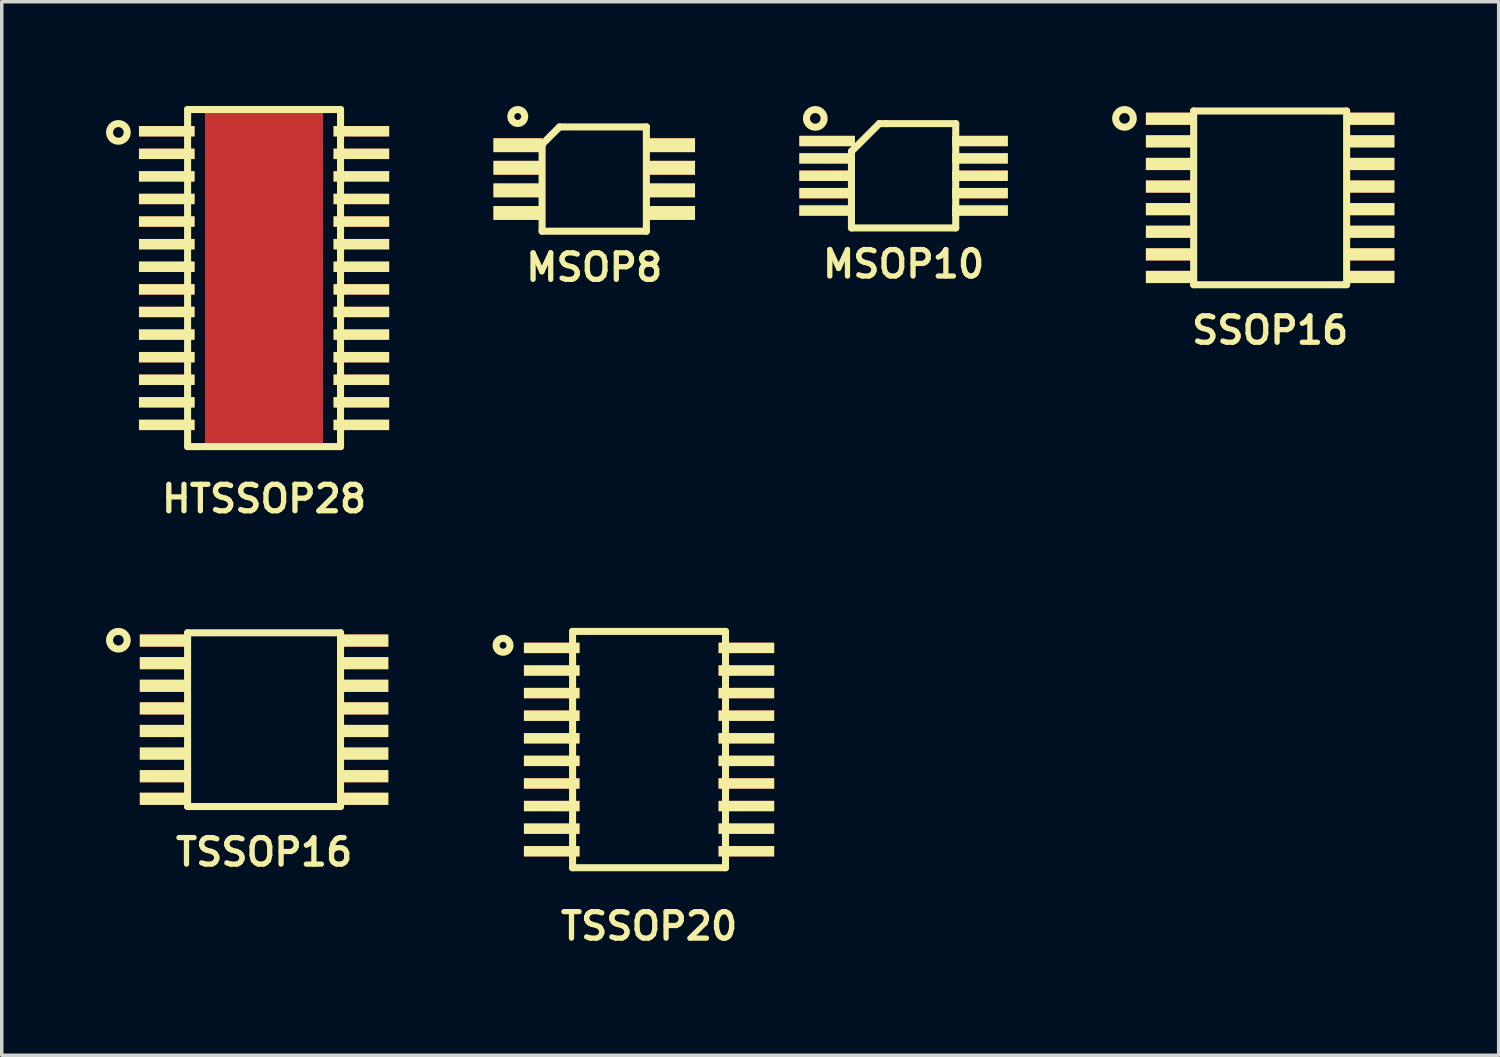
<source format=kicad_pcb>
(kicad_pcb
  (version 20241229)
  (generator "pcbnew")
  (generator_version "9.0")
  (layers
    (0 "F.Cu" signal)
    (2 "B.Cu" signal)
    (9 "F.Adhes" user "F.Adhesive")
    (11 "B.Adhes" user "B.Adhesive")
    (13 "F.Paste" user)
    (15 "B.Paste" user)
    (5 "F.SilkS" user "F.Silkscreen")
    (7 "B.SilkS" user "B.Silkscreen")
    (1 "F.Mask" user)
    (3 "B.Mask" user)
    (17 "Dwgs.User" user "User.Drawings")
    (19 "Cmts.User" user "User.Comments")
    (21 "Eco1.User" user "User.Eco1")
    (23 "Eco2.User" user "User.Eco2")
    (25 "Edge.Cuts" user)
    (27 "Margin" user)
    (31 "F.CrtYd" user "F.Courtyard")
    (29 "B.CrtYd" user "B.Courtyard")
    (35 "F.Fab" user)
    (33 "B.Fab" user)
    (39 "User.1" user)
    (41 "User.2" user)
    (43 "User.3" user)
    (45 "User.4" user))
  (footprint "SSOP16"
    (layer "F.Cu")
    (at 33.492 2.642)
    (property "Reference" "SSOP16" (at 0 3.81 0) (layer "F.SilkS") (effects (font (size 0.762 0.762) (thickness 0.152))))
    (attr smd)
    (fp_line (start -2.2 -2.499) (end -2.2 2.499) (stroke (width 0.203) (type solid)) (layer "F.SilkS"))
    (fp_line (start -2.2 2.499) (end 2.2 2.499) (stroke (width 0.203) (type solid)) (layer "F.SilkS"))
    (fp_line (start 2.2 -2.499) (end -2.2 -2.499) (stroke (width 0.203) (type solid)) (layer "F.SilkS"))
    (fp_line (start 2.2 2.499) (end 2.2 -2.499) (stroke (width 0.203) (type solid)) (layer "F.SilkS"))
    (fp_circle (center -4.191 -2.286) (end -3.937 -2.286) (stroke (width 0.203) (type solid)) (fill no) (layer "F.SilkS"))
    (pad "1" smd rect (at -2.875 -2.276) (size 1.4 0.351) (layers "F.Cu" "F.Mask" "F.SilkS" "F.Paste"))
    (pad "2" smd rect (at -2.875 -1.626) (size 1.4 0.351) (layers "F.Cu" "F.Mask" "F.SilkS" "F.Paste"))
    (pad "3" smd rect (at -2.875 -0.975) (size 1.4 0.351) (layers "F.Cu" "F.Mask" "F.SilkS" "F.Paste"))
    (pad "4" smd rect (at -2.875 -0.325) (size 1.4 0.351) (layers "F.Cu" "F.Mask" "F.SilkS" "F.Paste"))
    (pad "5" smd rect (at -2.875 0.325) (size 1.4 0.351) (layers "F.Cu" "F.Mask" "F.SilkS" "F.Paste"))
    (pad "6" smd rect (at -2.875 0.975) (size 1.4 0.351) (layers "F.Cu" "F.Mask" "F.SilkS" "F.Paste"))
    (pad "7" smd rect (at -2.875 1.626) (size 1.4 0.351) (layers "F.Cu" "F.Mask" "F.SilkS" "F.Paste"))
    (pad "8" smd rect (at -2.875 2.276) (size 1.4 0.351) (layers "F.Cu" "F.Mask" "F.SilkS" "F.Paste"))
    (pad "9" smd rect (at 2.875 2.276) (size 1.4 0.351) (layers "F.Cu" "F.Mask" "F.SilkS" "F.Paste"))
    (pad "10" smd rect (at 2.875 1.626) (size 1.4 0.351) (layers "F.Cu" "F.Mask" "F.SilkS" "F.Paste"))
    (pad "11" smd rect (at 2.875 0.975) (size 1.4 0.351) (layers "F.Cu" "F.Mask" "F.SilkS" "F.Paste"))
    (pad "12" smd rect (at 2.875 0.325) (size 1.4 0.351) (layers "F.Cu" "F.Mask" "F.SilkS" "F.Paste"))
    (pad "13" smd rect (at 2.875 -0.325) (size 1.4 0.351) (layers "F.Cu" "F.Mask" "F.SilkS" "F.Paste"))
    (pad "14" smd rect (at 2.875 -0.975) (size 1.4 0.351) (layers "F.Cu" "F.Mask" "F.SilkS" "F.Paste"))
    (pad "15" smd rect (at 2.875 -1.626) (size 1.4 0.351) (layers "F.Cu" "F.Mask" "F.SilkS" "F.Paste"))
    (pad "16" smd rect (at 2.875 -2.276) (size 1.4 0.351) (layers "F.Cu" "F.Mask" "F.SilkS" "F.Paste")))
  (footprint "TSSOP20"
    (layer "F.Cu")
    (at 15.623 18.515)
    (property "Reference" "TSSOP20" (at 0 5.08 0) (layer "F.SilkS") (effects (font (size 0.762 0.762) (thickness 0.152))))
    (attr smd)
    (fp_line (start -2.2 -3.4) (end -2.2 3.4) (stroke (width 0.203) (type solid)) (layer "F.SilkS"))
    (fp_line (start -2.2 3.4) (end 2.2 3.4) (stroke (width 0.203) (type solid)) (layer "F.SilkS"))
    (fp_line (start 2.2 -3.4) (end -2.2 -3.4) (stroke (width 0.203) (type solid)) (layer "F.SilkS"))
    (fp_line (start 2.2 3.4) (end 2.2 -3.4) (stroke (width 0.203) (type solid)) (layer "F.SilkS"))
    (fp_circle (center -4.2 -3) (end -4 -3) (stroke (width 0.203) (type solid)) (fill no) (layer "F.SilkS"))
    (pad "1" smd rect (at -2.8 -2.925) (size 1.6 0.3) (layers "F.Cu" "F.Mask" "F.SilkS" "F.Paste"))
    (pad "2" smd rect (at -2.8 -2.275) (size 1.6 0.3) (layers "F.Cu" "F.Mask" "F.SilkS" "F.Paste"))
    (pad "3" smd rect (at -2.8 -1.625) (size 1.6 0.3) (layers "F.Cu" "F.Mask" "F.SilkS" "F.Paste"))
    (pad "4" smd rect (at -2.8 -0.975) (size 1.6 0.3) (layers "F.Cu" "F.Mask" "F.SilkS" "F.Paste"))
    (pad "5" smd rect (at -2.8 -0.325) (size 1.6 0.3) (layers "F.Cu" "F.Mask" "F.SilkS" "F.Paste"))
    (pad "6" smd rect (at -2.8 0.325) (size 1.6 0.3) (layers "F.Cu" "F.Mask" "F.SilkS" "F.Paste"))
    (pad "7" smd rect (at -2.8 0.975) (size 1.6 0.3) (layers "F.Cu" "F.Mask" "F.SilkS" "F.Paste"))
    (pad "8" smd rect (at -2.8 1.625) (size 1.6 0.3) (layers "F.Cu" "F.Mask" "F.SilkS" "F.Paste"))
    (pad "9" smd rect (at -2.8 2.275) (size 1.6 0.3) (layers "F.Cu" "F.Mask" "F.SilkS" "F.Paste"))
    (pad "10" smd rect (at -2.8 2.925) (size 1.6 0.3) (layers "F.Cu" "F.Mask" "F.SilkS" "F.Paste"))
    (pad "11" smd rect (at 2.8 2.925) (size 1.6 0.3) (layers "F.Cu" "F.Mask" "F.SilkS" "F.Paste"))
    (pad "12" smd rect (at 2.8 2.275) (size 1.6 0.3) (layers "F.Cu" "F.Mask" "F.SilkS" "F.Paste"))
    (pad "13" smd rect (at 2.8 1.625) (size 1.6 0.3) (layers "F.Cu" "F.Mask" "F.SilkS" "F.Paste"))
    (pad "14" smd rect (at 2.8 0.975) (size 1.6 0.3) (layers "F.Cu" "F.Mask" "F.SilkS" "F.Paste"))
    (pad "15" smd rect (at 2.8 0.325) (size 1.6 0.3) (layers "F.Cu" "F.Mask" "F.SilkS" "F.Paste"))
    (pad "16" smd rect (at 2.8 -0.325) (size 1.6 0.3) (layers "F.Cu" "F.Mask" "F.SilkS" "F.Paste"))
    (pad "17" smd rect (at 2.8 -0.975) (size 1.6 0.3) (layers "F.Cu" "F.Mask" "F.SilkS" "F.Paste"))
    (pad "18" smd rect (at 2.8 -1.625) (size 1.6 0.3) (layers "F.Cu" "F.Mask" "F.SilkS" "F.Paste"))
    (pad "19" smd rect (at 2.8 -2.275) (size 1.6 0.3) (layers "F.Cu" "F.Mask" "F.SilkS" "F.Paste"))
    (pad "20" smd rect (at 2.8 -2.925) (size 1.6 0.3) (layers "F.Cu" "F.Mask" "F.SilkS" "F.Paste")))
  (footprint "TSSOP16"
    (layer "F.Cu")
    (at 4.547 17.655)
    (property "Reference" "TSSOP16" (at 0 3.81 0) (layer "F.SilkS") (effects (font (size 0.762 0.762) (thickness 0.152))))
    (attr smd)
    (fp_line (start -2.2 -2.499) (end -2.2 2.499) (stroke (width 0.203) (type solid)) (layer "F.SilkS"))
    (fp_line (start -2.2 2.499) (end 2.2 2.499) (stroke (width 0.203) (type solid)) (layer "F.SilkS"))
    (fp_line (start 2.2 -2.499) (end -2.2 -2.499) (stroke (width 0.203) (type solid)) (layer "F.SilkS"))
    (fp_line (start 2.2 2.499) (end 2.2 -2.499) (stroke (width 0.203) (type solid)) (layer "F.SilkS"))
    (fp_circle (center -4.191 -2.286) (end -3.937 -2.286) (stroke (width 0.203) (type solid)) (fill no) (layer "F.SilkS"))
    (pad "1" smd rect (at -2.875 -2.276) (size 1.4 0.351) (layers "F.Cu" "F.Mask" "F.SilkS" "F.Paste"))
    (pad "2" smd rect (at -2.875 -1.626) (size 1.4 0.351) (layers "F.Cu" "F.Mask" "F.SilkS" "F.Paste"))
    (pad "3" smd rect (at -2.875 -0.975) (size 1.4 0.351) (layers "F.Cu" "F.Mask" "F.SilkS" "F.Paste"))
    (pad "4" smd rect (at -2.875 -0.325) (size 1.4 0.351) (layers "F.Cu" "F.Mask" "F.SilkS" "F.Paste"))
    (pad "5" smd rect (at -2.875 0.325) (size 1.4 0.351) (layers "F.Cu" "F.Mask" "F.SilkS" "F.Paste"))
    (pad "6" smd rect (at -2.875 0.975) (size 1.4 0.351) (layers "F.Cu" "F.Mask" "F.SilkS" "F.Paste"))
    (pad "7" smd rect (at -2.875 1.626) (size 1.4 0.351) (layers "F.Cu" "F.Mask" "F.SilkS" "F.Paste"))
    (pad "8" smd rect (at -2.875 2.276) (size 1.4 0.351) (layers "F.Cu" "F.Mask" "F.SilkS" "F.Paste"))
    (pad "9" smd rect (at 2.875 2.276) (size 1.4 0.351) (layers "F.Cu" "F.Mask" "F.SilkS" "F.Paste"))
    (pad "10" smd rect (at 2.875 1.626) (size 1.4 0.351) (layers "F.Cu" "F.Mask" "F.SilkS" "F.Paste"))
    (pad "11" smd rect (at 2.875 0.975) (size 1.4 0.351) (layers "F.Cu" "F.Mask" "F.SilkS" "F.Paste"))
    (pad "12" smd rect (at 2.875 0.325) (size 1.4 0.351) (layers "F.Cu" "F.Mask" "F.SilkS" "F.Paste"))
    (pad "13" smd rect (at 2.875 -0.325) (size 1.4 0.351) (layers "F.Cu" "F.Mask" "F.SilkS" "F.Paste"))
    (pad "14" smd rect (at 2.875 -0.975) (size 1.4 0.351) (layers "F.Cu" "F.Mask" "F.SilkS" "F.Paste"))
    (pad "15" smd rect (at 2.875 -1.626) (size 1.4 0.351) (layers "F.Cu" "F.Mask" "F.SilkS" "F.Paste"))
    (pad "16" smd rect (at 2.875 -2.276) (size 1.4 0.351) (layers "F.Cu" "F.Mask" "F.SilkS" "F.Paste")))
  (footprint "MSOP10"
    (layer "F.Cu")
    (at 22.946 2.007)
    (property "Reference" "MSOP10" (at 0 2.54 0) (layer "F.SilkS") (effects (font (size 0.762 0.762) (thickness 0.152))))
    (attr smd)
    (fp_line (start -1.5 -0.7) (end -0.7 -1.5) (stroke (width 0.203) (type solid)) (layer "F.SilkS"))
    (fp_line (start -1.5 -0.5) (end -1.5 -0.7) (stroke (width 0.203) (type solid)) (layer "F.SilkS"))
    (fp_line (start -1.5 1.5) (end -1.5 -0.5) (stroke (width 0.203) (type solid)) (layer "F.SilkS"))
    (fp_line (start -1.5 1.5) (end 1.5 1.5) (stroke (width 0.203) (type solid)) (layer "F.SilkS"))
    (fp_line (start -0.7 -1.5) (end -0.5 -1.5) (stroke (width 0.203) (type solid)) (layer "F.SilkS"))
    (fp_line (start 1.5 -1.5) (end -0.5 -1.5) (stroke (width 0.203) (type solid)) (layer "F.SilkS"))
    (fp_line (start 1.5 1.5) (end 1.5 -1.5) (stroke (width 0.203) (type solid)) (layer "F.SilkS"))
    (fp_circle (center -2.54 -1.651) (end -2.54 -1.397) (stroke (width 0.203) (type solid)) (fill no) (layer "F.SilkS"))
    (pad "1" smd rect (at -2.2 -1) (size 1.6 0.3) (layers "F.Cu" "F.Mask" "F.SilkS" "F.Paste"))
    (pad "2" smd rect (at -2.2 -0.5) (size 1.6 0.3) (layers "F.Cu" "F.Mask" "F.SilkS" "F.Paste"))
    (pad "3" smd rect (at -2.2 0) (size 1.6 0.3) (layers "F.Cu" "F.Mask" "F.SilkS" "F.Paste"))
    (pad "4" smd rect (at -2.2 0.5) (size 1.6 0.3) (layers "F.Cu" "F.Mask" "F.SilkS" "F.Paste"))
    (pad "5" smd rect (at -2.2 1) (size 1.6 0.3) (layers "F.Cu" "F.Mask" "F.SilkS" "F.Paste"))
    (pad "6" smd rect (at 2.2 1) (size 1.6 0.3) (layers "F.Cu" "F.Mask" "F.SilkS" "F.Paste"))
    (pad "7" smd rect (at 2.2 0.5) (size 1.6 0.3) (layers "F.Cu" "F.Mask" "F.SilkS" "F.Paste"))
    (pad "8" smd rect (at 2.2 0) (size 1.6 0.3) (layers "F.Cu" "F.Mask" "F.SilkS" "F.Paste"))
    (pad "9" smd rect (at 2.2 -0.5) (size 1.6 0.3) (layers "F.Cu" "F.Mask" "F.SilkS" "F.Paste"))
    (pad "10" smd rect (at 2.2 -1) (size 1.6 0.3) (layers "F.Cu" "F.Mask" "F.SilkS" "F.Paste")))
  (footprint "MSOP8"
    (layer "F.Cu")
    (at 14.046 2.102)
    (property "Reference" "MSOP8" (at 0 2.54 0) (layer "F.SilkS") (effects (font (size 0.762 0.762) (thickness 0.152))))
    (attr smd)
    (fp_line (start -1.5 -1) (end -1.5 1.5) (stroke (width 0.203) (type solid)) (layer "F.SilkS"))
    (fp_line (start -1.5 1.5) (end 1.5 1.5) (stroke (width 0.203) (type solid)) (layer "F.SilkS"))
    (fp_line (start -1 -1.5) (end -1.5 -1) (stroke (width 0.203) (type solid)) (layer "F.SilkS"))
    (fp_line (start -1 -1.5) (end 1.5 -1.5) (stroke (width 0.203) (type solid)) (layer "F.SilkS"))
    (fp_line (start 1.5 1.5) (end 1.5 -1.5) (stroke (width 0.203) (type solid)) (layer "F.SilkS"))
    (fp_circle (center -2.2 -1.8) (end -2 -1.8) (stroke (width 0.203) (type solid)) (fill no) (layer "F.SilkS"))
    (pad "1" smd rect (at -2.2 -0.975) (size 1.4 0.4) (layers "F.Cu" "F.Mask" "F.SilkS" "F.Paste"))
    (pad "2" smd rect (at -2.2 -0.325) (size 1.4 0.4) (layers "F.Cu" "F.Mask" "F.SilkS" "F.Paste"))
    (pad "3" smd rect (at -2.2 0.325) (size 1.4 0.4) (layers "F.Cu" "F.Mask" "F.SilkS" "F.Paste"))
    (pad "4" smd rect (at -2.2 0.975) (size 1.4 0.4) (layers "F.Cu" "F.Mask" "F.SilkS" "F.Paste"))
    (pad "5" smd rect (at 2.2 0.975) (size 1.4 0.4) (layers "F.Cu" "F.Mask" "F.SilkS" "F.Paste"))
    (pad "6" smd rect (at 2.2 0.325) (size 1.4 0.4) (layers "F.Cu" "F.Mask" "F.SilkS" "F.Paste"))
    (pad "7" smd rect (at 2.2 -0.325) (size 1.4 0.4) (layers "F.Cu" "F.Mask" "F.SilkS" "F.Paste"))
    (pad "8" smd rect (at 2.2 -0.975) (size 1.4 0.4) (layers "F.Cu" "F.Mask" "F.SilkS" "F.Paste")))
  (footprint "HTSSOP28"
    (layer "F.Cu")
    (at 4.547 4.95)
    (property "Reference" "HTSSOP28" (at 0 6.35 0) (layer "F.SilkS") (effects (font (size 0.762 0.762) (thickness 0.152))))
    (attr smd)
    (fp_line (start -2.2 -4.849) (end 2.2 -4.849) (stroke (width 0.203) (type solid)) (layer "F.SilkS"))
    (fp_line (start -2.2 4.849) (end -2.2 -4.849) (stroke (width 0.203) (type solid)) (layer "F.SilkS"))
    (fp_line (start -1.999 4.849) (end -2.2 4.849) (stroke (width 0.203) (type solid)) (layer "F.SilkS"))
    (fp_line (start -1.999 4.849) (end 2.2 4.849) (stroke (width 0.203) (type solid)) (layer "F.SilkS"))
    (fp_line (start 2.2 4.849) (end 2.2 -4.849) (stroke (width 0.203) (type solid)) (layer "F.SilkS"))
    (fp_circle (center -4.191 -4.191) (end -3.937 -4.191) (stroke (width 0.203) (type solid)) (fill no) (layer "F.SilkS"))
    (pad "" smd rect (at 0 0) (size 2.6 6.6) (layers "F.Mask" "F.Paste"))
    (pad "0" smd rect (at 0 0) (size 3.4 9.7) (layers "F.Cu"))
    (pad "1" smd rect (at -2.799 -4.224) (size 1.6 0.3) (layers "F.Cu" "F.Mask" "F.SilkS" "F.Paste"))
    (pad "2" smd rect (at -2.799 -3.574) (size 1.6 0.3) (layers "F.Cu" "F.Mask" "F.SilkS" "F.Paste"))
    (pad "3" smd rect (at -2.799 -2.926) (size 1.6 0.3) (layers "F.Cu" "F.Mask" "F.SilkS" "F.Paste"))
    (pad "4" smd rect (at -2.799 -2.276) (size 1.6 0.3) (layers "F.Cu" "F.Mask" "F.SilkS" "F.Paste"))
    (pad "5" smd rect (at -2.799 -1.626) (size 1.6 0.3) (layers "F.Cu" "F.Mask" "F.SilkS" "F.Paste"))
    (pad "6" smd rect (at -2.799 -0.975) (size 1.6 0.3) (layers "F.Cu" "F.Mask" "F.SilkS" "F.Paste"))
    (pad "7" smd rect (at -2.799 -0.325) (size 1.6 0.3) (layers "F.Cu" "F.Mask" "F.SilkS" "F.Paste"))
    (pad "8" smd rect (at -2.799 0.325) (size 1.6 0.3) (layers "F.Cu" "F.Mask" "F.SilkS" "F.Paste"))
    (pad "9" smd rect (at -2.799 0.975) (size 1.6 0.3) (layers "F.Cu" "F.Mask" "F.SilkS" "F.Paste"))
    (pad "10" smd rect (at -2.799 1.626) (size 1.6 0.3) (layers "F.Cu" "F.Mask" "F.SilkS" "F.Paste"))
    (pad "11" smd rect (at -2.799 2.276) (size 1.6 0.3) (layers "F.Cu" "F.Mask" "F.SilkS" "F.Paste"))
    (pad "12" smd rect (at -2.799 2.926) (size 1.6 0.3) (layers "F.Cu" "F.Mask" "F.SilkS" "F.Paste"))
    (pad "13" smd rect (at -2.799 3.574) (size 1.6 0.3) (layers "F.Cu" "F.Mask" "F.SilkS" "F.Paste"))
    (pad "14" smd rect (at -2.799 4.224) (size 1.6 0.3) (layers "F.Cu" "F.Mask" "F.SilkS" "F.Paste"))
    (pad "15" smd rect (at 2.799 4.224) (size 1.6 0.3) (layers "F.Cu" "F.Mask" "F.SilkS" "F.Paste"))
    (pad "16" smd rect (at 2.799 3.574) (size 1.6 0.3) (layers "F.Cu" "F.Mask" "F.SilkS" "F.Paste"))
    (pad "17" smd rect (at 2.799 2.926) (size 1.6 0.3) (layers "F.Cu" "F.Mask" "F.SilkS" "F.Paste"))
    (pad "18" smd rect (at 2.799 2.276) (size 1.6 0.3) (layers "F.Cu" "F.Mask" "F.SilkS" "F.Paste"))
    (pad "19" smd rect (at 2.799 1.626) (size 1.6 0.3) (layers "F.Cu" "F.Mask" "F.SilkS" "F.Paste"))
    (pad "20" smd rect (at 2.799 0.975) (size 1.6 0.3) (layers "F.Cu" "F.Mask" "F.SilkS" "F.Paste"))
    (pad "21" smd rect (at 2.799 0.325) (size 1.6 0.3) (layers "F.Cu" "F.Mask" "F.SilkS" "F.Paste"))
    (pad "22" smd rect (at 2.799 -0.325) (size 1.6 0.3) (layers "F.Cu" "F.Mask" "F.SilkS" "F.Paste"))
    (pad "23" smd rect (at 2.799 -0.975) (size 1.6 0.3) (layers "F.Cu" "F.Mask" "F.SilkS" "F.Paste"))
    (pad "24" smd rect (at 2.799 -1.626) (size 1.6 0.3) (layers "F.Cu" "F.Mask" "F.SilkS" "F.Paste"))
    (pad "25" smd rect (at 2.799 -2.276) (size 1.6 0.3) (layers "F.Cu" "F.Mask" "F.SilkS" "F.Paste"))
    (pad "26" smd rect (at 2.799 -2.926) (size 1.6 0.3) (layers "F.Cu" "F.Mask" "F.SilkS" "F.Paste"))
    (pad "27" smd rect (at 2.799 -3.574) (size 1.6 0.3) (layers "F.Cu" "F.Mask" "F.SilkS" "F.Paste"))
    (pad "28" smd rect (at 2.799 -4.224) (size 1.6 0.3) (layers "F.Cu" "F.Mask" "F.SilkS" "F.Paste")))
  (gr_rect
    (start -3 -3)
    (end 40.067 27.309)
    (stroke (width 0.1) (type default))
    (fill no)
    (layer "Edge.Cuts")))
</source>
